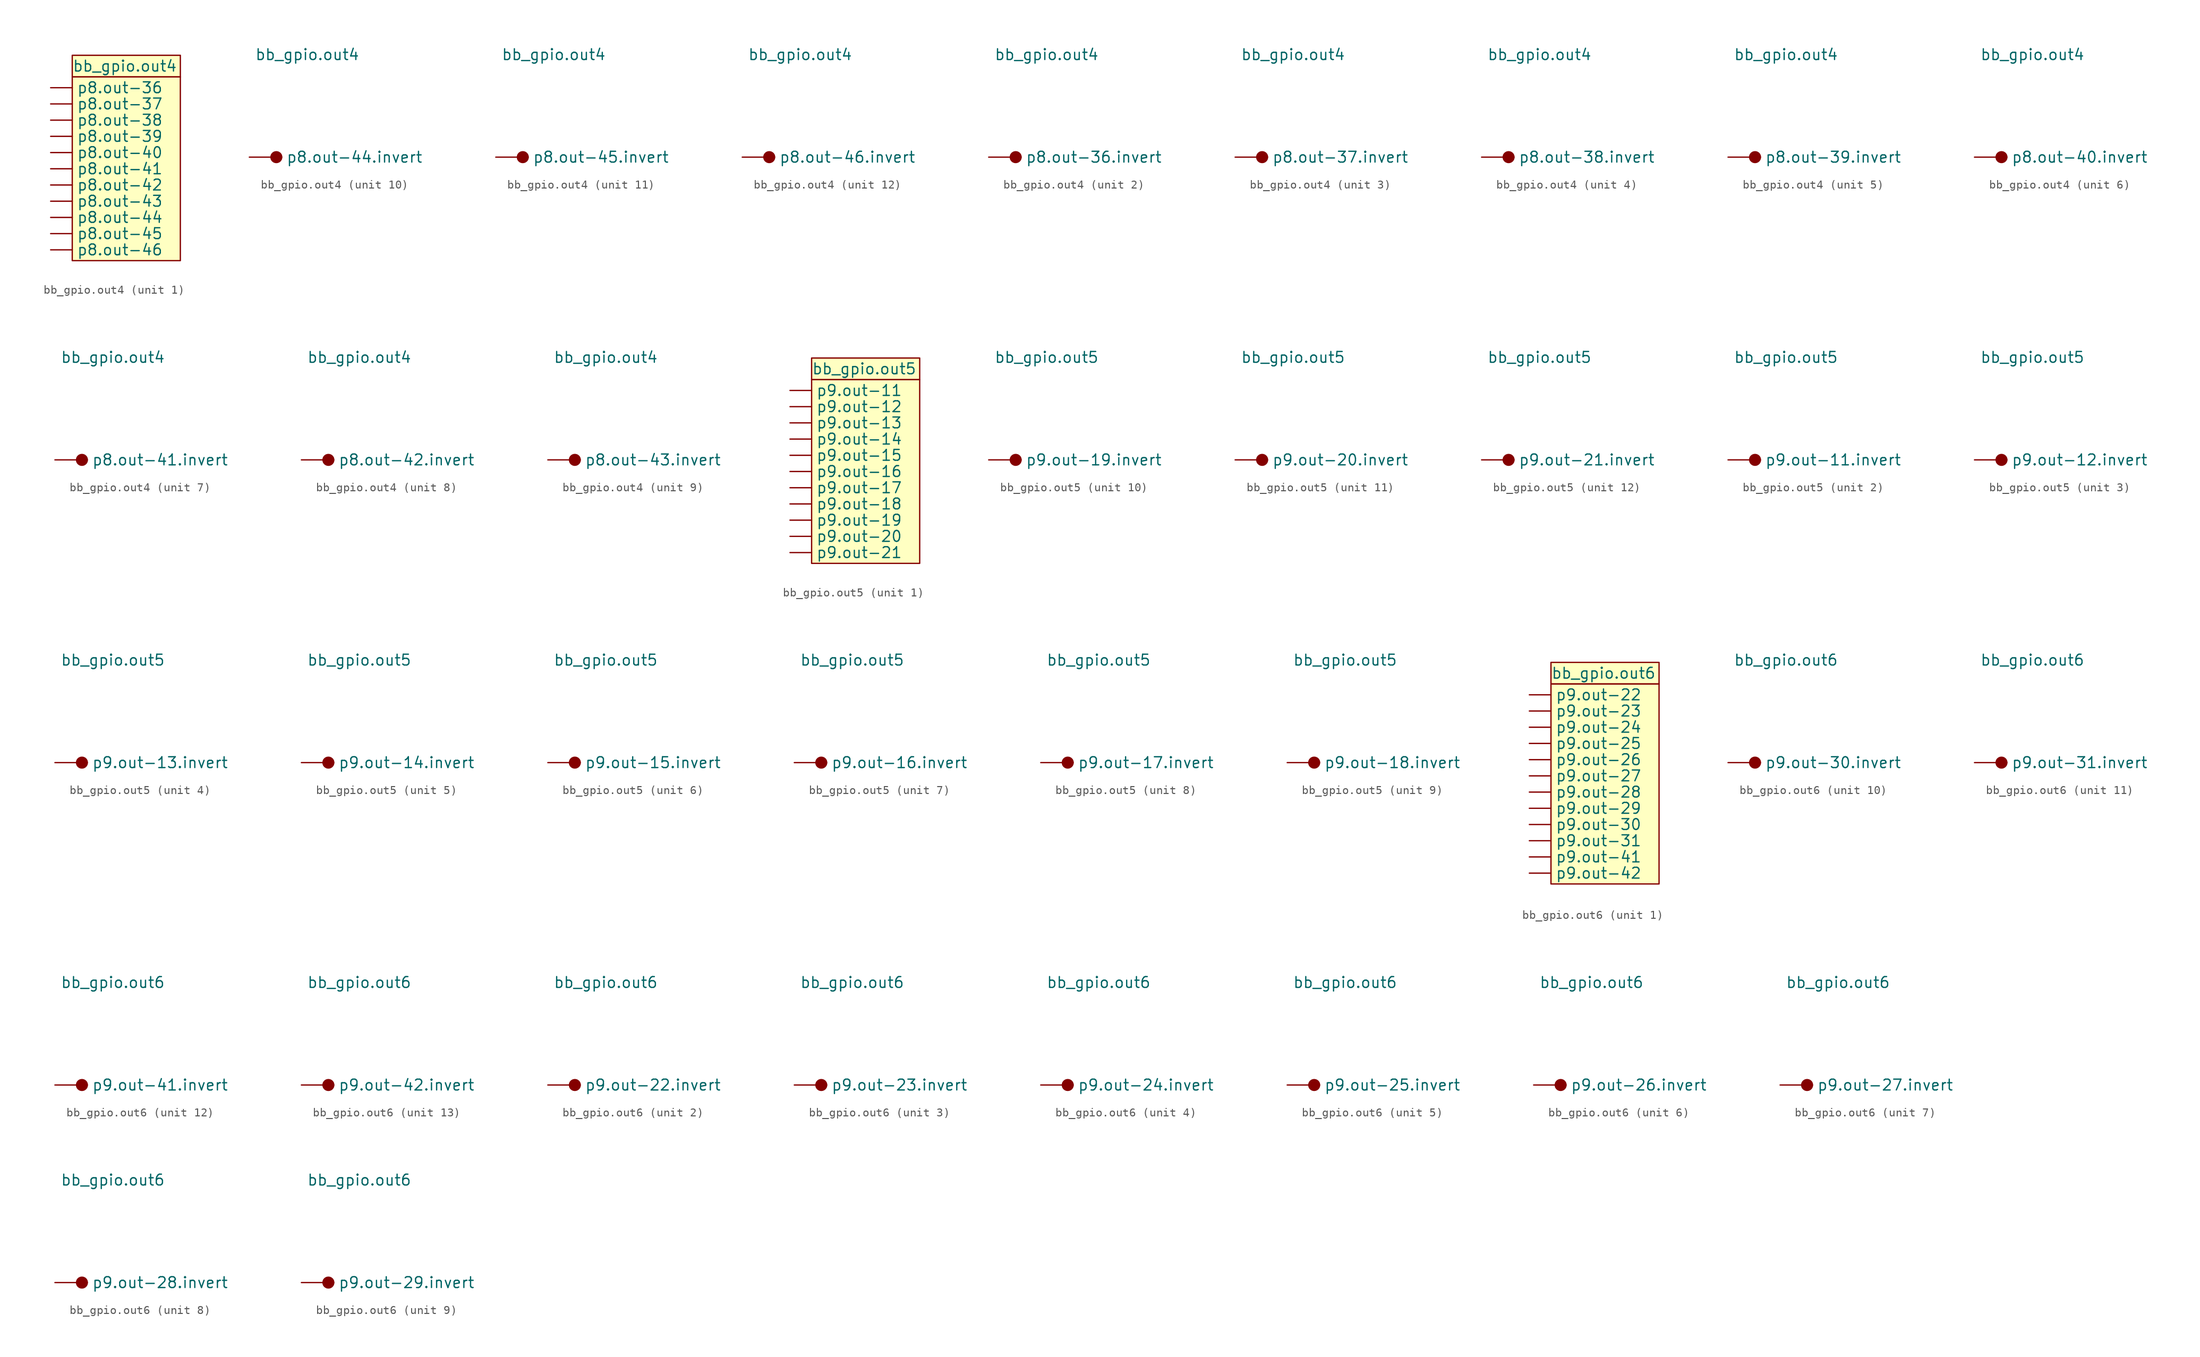
<source format=kicad_sym>
(kicad_symbol_lib
  (version 20220914)
  (generator kicad_symbol_editor)
  (symbol "bb_gpio.out4"
    (pin_numbers hide)
    (property "Reference" "BB-GPIO"
      (at 0 0 0)
      (effects (font (size 1.27 1.27)) hide))
    (property "Value" "bb_gpio.out4"
      (at -3.81 12.065 0)
      (effects (font (size 1.27 1.27)) (justify left)))
    (property "ki_locked" ""
      (at 0 0 0)
      (effects (font (size 1.27 1.27))))
    (symbol "bb_gpio.out4_1_1"
      (rectangle (start -3.81 10.795) (end 8.89 -10.795) (stroke (width 0.152) (type default)) (fill (type background)))
      (rectangle (start -3.81 13.335) (end 8.89 10.795) (stroke (width 0.152) (type default)) (fill (type background)))
      (pin input line (at -6.35 9.525 0) (length 2.54) (name "p8.out-36" (effects (font (size 1.27 1.27)))) (number "1" (effects (font (size 1.27 1.27)))))
      (pin input line (at -6.35 -7.62 0) (length 2.54) (name "p8.out-45" (effects (font (size 1.27 1.27)))) (number "10" (effects (font (size 1.27 1.27)))))
      (pin input line (at -6.35 -9.525 0) (length 2.54) (name "p8.out-46" (effects (font (size 1.27 1.27)))) (number "11" (effects (font (size 1.27 1.27)))))
      (pin input line (at -6.35 7.62 0) (length 2.54) (name "p8.out-37" (effects (font (size 1.27 1.27)))) (number "2" (effects (font (size 1.27 1.27)))))
      (pin input line (at -6.35 5.715 0) (length 2.54) (name "p8.out-38" (effects (font (size 1.27 1.27)))) (number "3" (effects (font (size 1.27 1.27)))))
      (pin input line (at -6.35 3.81 0) (length 2.54) (name "p8.out-39" (effects (font (size 1.27 1.27)))) (number "4" (effects (font (size 1.27 1.27)))))
      (pin input line (at -6.35 1.905 0) (length 2.54) (name "p8.out-40" (effects (font (size 1.27 1.27)))) (number "5" (effects (font (size 1.27 1.27)))))
      (pin input line (at -6.35 0 0) (length 2.54) (name "p8.out-41" (effects (font (size 1.27 1.27)))) (number "6" (effects (font (size 1.27 1.27)))))
      (pin input line (at -6.35 -1.905 0) (length 2.54) (name "p8.out-42" (effects (font (size 1.27 1.27)))) (number "7" (effects (font (size 1.27 1.27)))))
      (pin input line (at -6.35 -3.81 0) (length 2.54) (name "p8.out-43" (effects (font (size 1.27 1.27)))) (number "8" (effects (font (size 1.27 1.27)))))
      (pin input line (at -6.35 -5.715 0) (length 2.54) (name "p8.out-44" (effects (font (size 1.27 1.27)))) (number "9" (effects (font (size 1.27 1.27))))))
    (symbol "bb_gpio.out4_2_1"
      (circle (center -1.27 0) (radius 0.635) (stroke (width 0.152) (type default)) (fill (type outline)))
      (pin input line (at -4.445 0 0) (length 3.81) (name "p8.out-36.invert" (effects (font (size 1.27 1.27)))) (number "12" (effects (font (size 1.27 1.27))))))
    (symbol "bb_gpio.out4_3_1"
      (circle (center -1.27 0) (radius 0.635) (stroke (width 0.152) (type default)) (fill (type outline)))
      (pin input line (at -4.445 0 0) (length 3.81) (name "p8.out-37.invert" (effects (font (size 1.27 1.27)))) (number "13" (effects (font (size 1.27 1.27))))))
    (symbol "bb_gpio.out4_4_1"
      (circle (center -1.27 0) (radius 0.635) (stroke (width 0.152) (type default)) (fill (type outline)))
      (pin input line (at -4.445 0 0) (length 3.81) (name "p8.out-38.invert" (effects (font (size 1.27 1.27)))) (number "14" (effects (font (size 1.27 1.27))))))
    (symbol "bb_gpio.out4_5_1"
      (circle (center -1.27 0) (radius 0.635) (stroke (width 0.152) (type default)) (fill (type outline)))
      (pin input line (at -4.445 0 0) (length 3.81) (name "p8.out-39.invert" (effects (font (size 1.27 1.27)))) (number "15" (effects (font (size 1.27 1.27))))))
    (symbol "bb_gpio.out4_6_1"
      (circle (center -1.27 0) (radius 0.635) (stroke (width 0.152) (type default)) (fill (type outline)))
      (pin input line (at -4.445 0 0) (length 3.81) (name "p8.out-40.invert" (effects (font (size 1.27 1.27)))) (number "16" (effects (font (size 1.27 1.27))))))
    (symbol "bb_gpio.out4_7_1"
      (circle (center -1.27 0) (radius 0.635) (stroke (width 0.152) (type default)) (fill (type outline)))
      (pin input line (at -4.445 0 0) (length 3.81) (name "p8.out-41.invert" (effects (font (size 1.27 1.27)))) (number "17" (effects (font (size 1.27 1.27))))))
    (symbol "bb_gpio.out4_8_1"
      (circle (center -1.27 0) (radius 0.635) (stroke (width 0.152) (type default)) (fill (type outline)))
      (pin input line (at -4.445 0 0) (length 3.81) (name "p8.out-42.invert" (effects (font (size 1.27 1.27)))) (number "18" (effects (font (size 1.27 1.27))))))
    (symbol "bb_gpio.out4_9_1"
      (circle (center -1.27 0) (radius 0.635) (stroke (width 0.152) (type default)) (fill (type outline)))
      (pin input line (at -4.445 0 0) (length 3.81) (name "p8.out-43.invert" (effects (font (size 1.27 1.27)))) (number "19" (effects (font (size 1.27 1.27))))))
    (symbol "bb_gpio.out4_10_1"
      (circle (center -1.27 0) (radius 0.635) (stroke (width 0.152) (type default)) (fill (type outline)))
      (pin input line (at -4.445 0 0) (length 3.81) (name "p8.out-44.invert" (effects (font (size 1.27 1.27)))) (number "20" (effects (font (size 1.27 1.27))))))
    (symbol "bb_gpio.out4_11_1"
      (circle (center -1.27 0) (radius 0.635) (stroke (width 0.152) (type default)) (fill (type outline)))
      (pin input line (at -4.445 0 0) (length 3.81) (name "p8.out-45.invert" (effects (font (size 1.27 1.27)))) (number "21" (effects (font (size 1.27 1.27))))))
    (symbol "bb_gpio.out4_12_1"
      (circle (center -1.27 0) (radius 0.635) (stroke (width 0.152) (type default)) (fill (type outline)))
      (pin input line (at -4.445 0 0) (length 3.81) (name "p8.out-46.invert" (effects (font (size 1.27 1.27)))) (number "22" (effects (font (size 1.27 1.27)))))))
  (symbol "bb_gpio.out5"
    (pin_numbers hide)
    (property "Reference" "BB-GPIO"
      (at 0 0 0)
      (effects (font (size 1.27 1.27)) hide))
    (property "Value" "bb_gpio.out5"
      (at -3.81 12.065 0)
      (effects (font (size 1.27 1.27)) (justify left)))
    (property "ki_locked" ""
      (at 0 0 0)
      (effects (font (size 1.27 1.27))))
    (symbol "bb_gpio.out5_1_1"
      (rectangle (start -3.81 10.795) (end 8.89 -10.795) (stroke (width 0.152) (type default)) (fill (type background)))
      (rectangle (start -3.81 13.335) (end 8.89 10.795) (stroke (width 0.152) (type default)) (fill (type background)))
      (pin input line (at -6.35 9.525 0) (length 2.54) (name "p9.out-11" (effects (font (size 1.27 1.27)))) (number "1" (effects (font (size 1.27 1.27)))))
      (pin input line (at -6.35 -7.62 0) (length 2.54) (name "p9.out-20" (effects (font (size 1.27 1.27)))) (number "10" (effects (font (size 1.27 1.27)))))
      (pin input line (at -6.35 -9.525 0) (length 2.54) (name "p9.out-21" (effects (font (size 1.27 1.27)))) (number "11" (effects (font (size 1.27 1.27)))))
      (pin input line (at -6.35 7.62 0) (length 2.54) (name "p9.out-12" (effects (font (size 1.27 1.27)))) (number "2" (effects (font (size 1.27 1.27)))))
      (pin input line (at -6.35 5.715 0) (length 2.54) (name "p9.out-13" (effects (font (size 1.27 1.27)))) (number "3" (effects (font (size 1.27 1.27)))))
      (pin input line (at -6.35 3.81 0) (length 2.54) (name "p9.out-14" (effects (font (size 1.27 1.27)))) (number "4" (effects (font (size 1.27 1.27)))))
      (pin input line (at -6.35 1.905 0) (length 2.54) (name "p9.out-15" (effects (font (size 1.27 1.27)))) (number "5" (effects (font (size 1.27 1.27)))))
      (pin input line (at -6.35 0 0) (length 2.54) (name "p9.out-16" (effects (font (size 1.27 1.27)))) (number "6" (effects (font (size 1.27 1.27)))))
      (pin input line (at -6.35 -1.905 0) (length 2.54) (name "p9.out-17" (effects (font (size 1.27 1.27)))) (number "7" (effects (font (size 1.27 1.27)))))
      (pin input line (at -6.35 -3.81 0) (length 2.54) (name "p9.out-18" (effects (font (size 1.27 1.27)))) (number "8" (effects (font (size 1.27 1.27)))))
      (pin input line (at -6.35 -5.715 0) (length 2.54) (name "p9.out-19" (effects (font (size 1.27 1.27)))) (number "9" (effects (font (size 1.27 1.27))))))
    (symbol "bb_gpio.out5_2_1"
      (circle (center -1.27 0) (radius 0.635) (stroke (width 0.152) (type default)) (fill (type outline)))
      (pin input line (at -4.445 0 0) (length 3.81) (name "p9.out-11.invert" (effects (font (size 1.27 1.27)))) (number "12" (effects (font (size 1.27 1.27))))))
    (symbol "bb_gpio.out5_3_1"
      (circle (center -1.27 0) (radius 0.635) (stroke (width 0.152) (type default)) (fill (type outline)))
      (pin input line (at -4.445 0 0) (length 3.81) (name "p9.out-12.invert" (effects (font (size 1.27 1.27)))) (number "13" (effects (font (size 1.27 1.27))))))
    (symbol "bb_gpio.out5_4_1"
      (circle (center -1.27 0) (radius 0.635) (stroke (width 0.152) (type default)) (fill (type outline)))
      (pin input line (at -4.445 0 0) (length 3.81) (name "p9.out-13.invert" (effects (font (size 1.27 1.27)))) (number "14" (effects (font (size 1.27 1.27))))))
    (symbol "bb_gpio.out5_5_1"
      (circle (center -1.27 0) (radius 0.635) (stroke (width 0.152) (type default)) (fill (type outline)))
      (pin input line (at -4.445 0 0) (length 3.81) (name "p9.out-14.invert" (effects (font (size 1.27 1.27)))) (number "15" (effects (font (size 1.27 1.27))))))
    (symbol "bb_gpio.out5_6_1"
      (circle (center -1.27 0) (radius 0.635) (stroke (width 0.152) (type default)) (fill (type outline)))
      (pin input line (at -4.445 0 0) (length 3.81) (name "p9.out-15.invert" (effects (font (size 1.27 1.27)))) (number "16" (effects (font (size 1.27 1.27))))))
    (symbol "bb_gpio.out5_7_1"
      (circle (center -1.27 0) (radius 0.635) (stroke (width 0.152) (type default)) (fill (type outline)))
      (pin input line (at -4.445 0 0) (length 3.81) (name "p9.out-16.invert" (effects (font (size 1.27 1.27)))) (number "17" (effects (font (size 1.27 1.27))))))
    (symbol "bb_gpio.out5_8_1"
      (circle (center -1.27 0) (radius 0.635) (stroke (width 0.152) (type default)) (fill (type outline)))
      (pin input line (at -4.445 0 0) (length 3.81) (name "p9.out-17.invert" (effects (font (size 1.27 1.27)))) (number "18" (effects (font (size 1.27 1.27))))))
    (symbol "bb_gpio.out5_9_1"
      (circle (center -1.27 0) (radius 0.635) (stroke (width 0.152) (type default)) (fill (type outline)))
      (pin input line (at -4.445 0 0) (length 3.81) (name "p9.out-18.invert" (effects (font (size 1.27 1.27)))) (number "19" (effects (font (size 1.27 1.27))))))
    (symbol "bb_gpio.out5_10_1"
      (circle (center -1.27 0) (radius 0.635) (stroke (width 0.152) (type default)) (fill (type outline)))
      (pin input line (at -4.445 0 0) (length 3.81) (name "p9.out-19.invert" (effects (font (size 1.27 1.27)))) (number "20" (effects (font (size 1.27 1.27))))))
    (symbol "bb_gpio.out5_11_1"
      (circle (center -1.27 0) (radius 0.635) (stroke (width 0.152) (type default)) (fill (type outline)))
      (pin input line (at -4.445 0 0) (length 3.81) (name "p9.out-20.invert" (effects (font (size 1.27 1.27)))) (number "21" (effects (font (size 1.27 1.27))))))
    (symbol "bb_gpio.out5_12_1"
      (circle (center -1.27 0) (radius 0.635) (stroke (width 0.152) (type default)) (fill (type outline)))
      (pin input line (at -4.445 0 0) (length 3.81) (name "p9.out-21.invert" (effects (font (size 1.27 1.27)))) (number "22" (effects (font (size 1.27 1.27)))))))
  (symbol "bb_gpio.out6"
    (pin_numbers hide)
    (property "Reference" "BB-GPIO"
      (at 0 0 0)
      (effects (font (size 1.27 1.27)) hide))
    (property "Value" "bb_gpio.out6"
      (at -3.81 12.065 0)
      (effects (font (size 1.27 1.27)) (justify left)))
    (property "ki_locked" ""
      (at 0 0 0)
      (effects (font (size 1.27 1.27))))
    (symbol "bb_gpio.out6_1_1"
      (rectangle (start -3.81 10.795) (end 8.89 -12.7) (stroke (width 0.152) (type default)) (fill (type background)))
      (rectangle (start -3.81 13.335) (end 8.89 10.795) (stroke (width 0.152) (type default)) (fill (type background)))
      (pin input line (at -6.35 9.525 0) (length 2.54) (name "p9.out-22" (effects (font (size 1.27 1.27)))) (number "1" (effects (font (size 1.27 1.27)))))
      (pin input line (at -6.35 -7.62 0) (length 2.54) (name "p9.out-31" (effects (font (size 1.27 1.27)))) (number "10" (effects (font (size 1.27 1.27)))))
      (pin input line (at -6.35 -9.525 0) (length 2.54) (name "p9.out-41" (effects (font (size 1.27 1.27)))) (number "11" (effects (font (size 1.27 1.27)))))
      (pin input line (at -6.35 -11.43 0) (length 2.54) (name "p9.out-42" (effects (font (size 1.27 1.27)))) (number "12" (effects (font (size 1.27 1.27)))))
      (pin input line (at -6.35 7.62 0) (length 2.54) (name "p9.out-23" (effects (font (size 1.27 1.27)))) (number "2" (effects (font (size 1.27 1.27)))))
      (pin input line (at -6.35 5.715 0) (length 2.54) (name "p9.out-24" (effects (font (size 1.27 1.27)))) (number "3" (effects (font (size 1.27 1.27)))))
      (pin input line (at -6.35 3.81 0) (length 2.54) (name "p9.out-25" (effects (font (size 1.27 1.27)))) (number "4" (effects (font (size 1.27 1.27)))))
      (pin input line (at -6.35 1.905 0) (length 2.54) (name "p9.out-26" (effects (font (size 1.27 1.27)))) (number "5" (effects (font (size 1.27 1.27)))))
      (pin input line (at -6.35 0 0) (length 2.54) (name "p9.out-27" (effects (font (size 1.27 1.27)))) (number "6" (effects (font (size 1.27 1.27)))))
      (pin input line (at -6.35 -1.905 0) (length 2.54) (name "p9.out-28" (effects (font (size 1.27 1.27)))) (number "7" (effects (font (size 1.27 1.27)))))
      (pin input line (at -6.35 -3.81 0) (length 2.54) (name "p9.out-29" (effects (font (size 1.27 1.27)))) (number "8" (effects (font (size 1.27 1.27)))))
      (pin input line (at -6.35 -5.715 0) (length 2.54) (name "p9.out-30" (effects (font (size 1.27 1.27)))) (number "9" (effects (font (size 1.27 1.27))))))
    (symbol "bb_gpio.out6_2_1"
      (circle (center -1.27 0) (radius 0.635) (stroke (width 0.152) (type default)) (fill (type outline)))
      (pin input line (at -4.445 0 0) (length 3.81) (name "p9.out-22.invert" (effects (font (size 1.27 1.27)))) (number "13" (effects (font (size 1.27 1.27))))))
    (symbol "bb_gpio.out6_3_1"
      (circle (center -1.27 0) (radius 0.635) (stroke (width 0.152) (type default)) (fill (type outline)))
      (pin input line (at -4.445 0 0) (length 3.81) (name "p9.out-23.invert" (effects (font (size 1.27 1.27)))) (number "14" (effects (font (size 1.27 1.27))))))
    (symbol "bb_gpio.out6_4_1"
      (circle (center -1.27 0) (radius 0.635) (stroke (width 0.152) (type default)) (fill (type outline)))
      (pin input line (at -4.445 0 0) (length 3.81) (name "p9.out-24.invert" (effects (font (size 1.27 1.27)))) (number "15" (effects (font (size 1.27 1.27))))))
    (symbol "bb_gpio.out6_5_1"
      (circle (center -1.27 0) (radius 0.635) (stroke (width 0.152) (type default)) (fill (type outline)))
      (pin input line (at -4.445 0 0) (length 3.81) (name "p9.out-25.invert" (effects (font (size 1.27 1.27)))) (number "16" (effects (font (size 1.27 1.27))))))
    (symbol "bb_gpio.out6_6_1"
      (circle (center -1.27 0) (radius 0.635) (stroke (width 0.152) (type default)) (fill (type outline)))
      (pin input line (at -4.445 0 0) (length 3.81) (name "p9.out-26.invert" (effects (font (size 1.27 1.27)))) (number "17" (effects (font (size 1.27 1.27))))))
    (symbol "bb_gpio.out6_7_1"
      (circle (center -1.27 0) (radius 0.635) (stroke (width 0.152) (type default)) (fill (type outline)))
      (pin input line (at -4.445 0 0) (length 3.81) (name "p9.out-27.invert" (effects (font (size 1.27 1.27)))) (number "18" (effects (font (size 1.27 1.27))))))
    (symbol "bb_gpio.out6_8_1"
      (circle (center -1.27 0) (radius 0.635) (stroke (width 0.152) (type default)) (fill (type outline)))
      (pin input line (at -4.445 0 0) (length 3.81) (name "p9.out-28.invert" (effects (font (size 1.27 1.27)))) (number "19" (effects (font (size 1.27 1.27))))))
    (symbol "bb_gpio.out6_9_1"
      (circle (center -1.27 0) (radius 0.635) (stroke (width 0.152) (type default)) (fill (type outline)))
      (pin input line (at -4.445 0 0) (length 3.81) (name "p9.out-29.invert" (effects (font (size 1.27 1.27)))) (number "20" (effects (font (size 1.27 1.27))))))
    (symbol "bb_gpio.out6_10_1"
      (circle (center -1.27 0) (radius 0.635) (stroke (width 0.152) (type default)) (fill (type outline)))
      (pin input line (at -4.445 0 0) (length 3.81) (name "p9.out-30.invert" (effects (font (size 1.27 1.27)))) (number "21" (effects (font (size 1.27 1.27))))))
    (symbol "bb_gpio.out6_11_1"
      (circle (center -1.27 0) (radius 0.635) (stroke (width 0.152) (type default)) (fill (type outline)))
      (pin input line (at -4.445 0 0) (length 3.81) (name "p9.out-31.invert" (effects (font (size 1.27 1.27)))) (number "22" (effects (font (size 1.27 1.27))))))
    (symbol "bb_gpio.out6_12_1"
      (circle (center -1.27 0) (radius 0.635) (stroke (width 0.152) (type default)) (fill (type outline)))
      (pin input line (at -4.445 0 0) (length 3.81) (name "p9.out-41.invert" (effects (font (size 1.27 1.27)))) (number "23" (effects (font (size 1.27 1.27))))))
    (symbol "bb_gpio.out6_13_1"
      (circle (center -1.27 0) (radius 0.635) (stroke (width 0.152) (type default)) (fill (type outline)))
      (pin input line (at -4.445 0 0) (length 3.81) (name "p9.out-42.invert" (effects (font (size 1.27 1.27)))) (number "23" (effects (font (size 1.27 1.27))))))))
</source>
